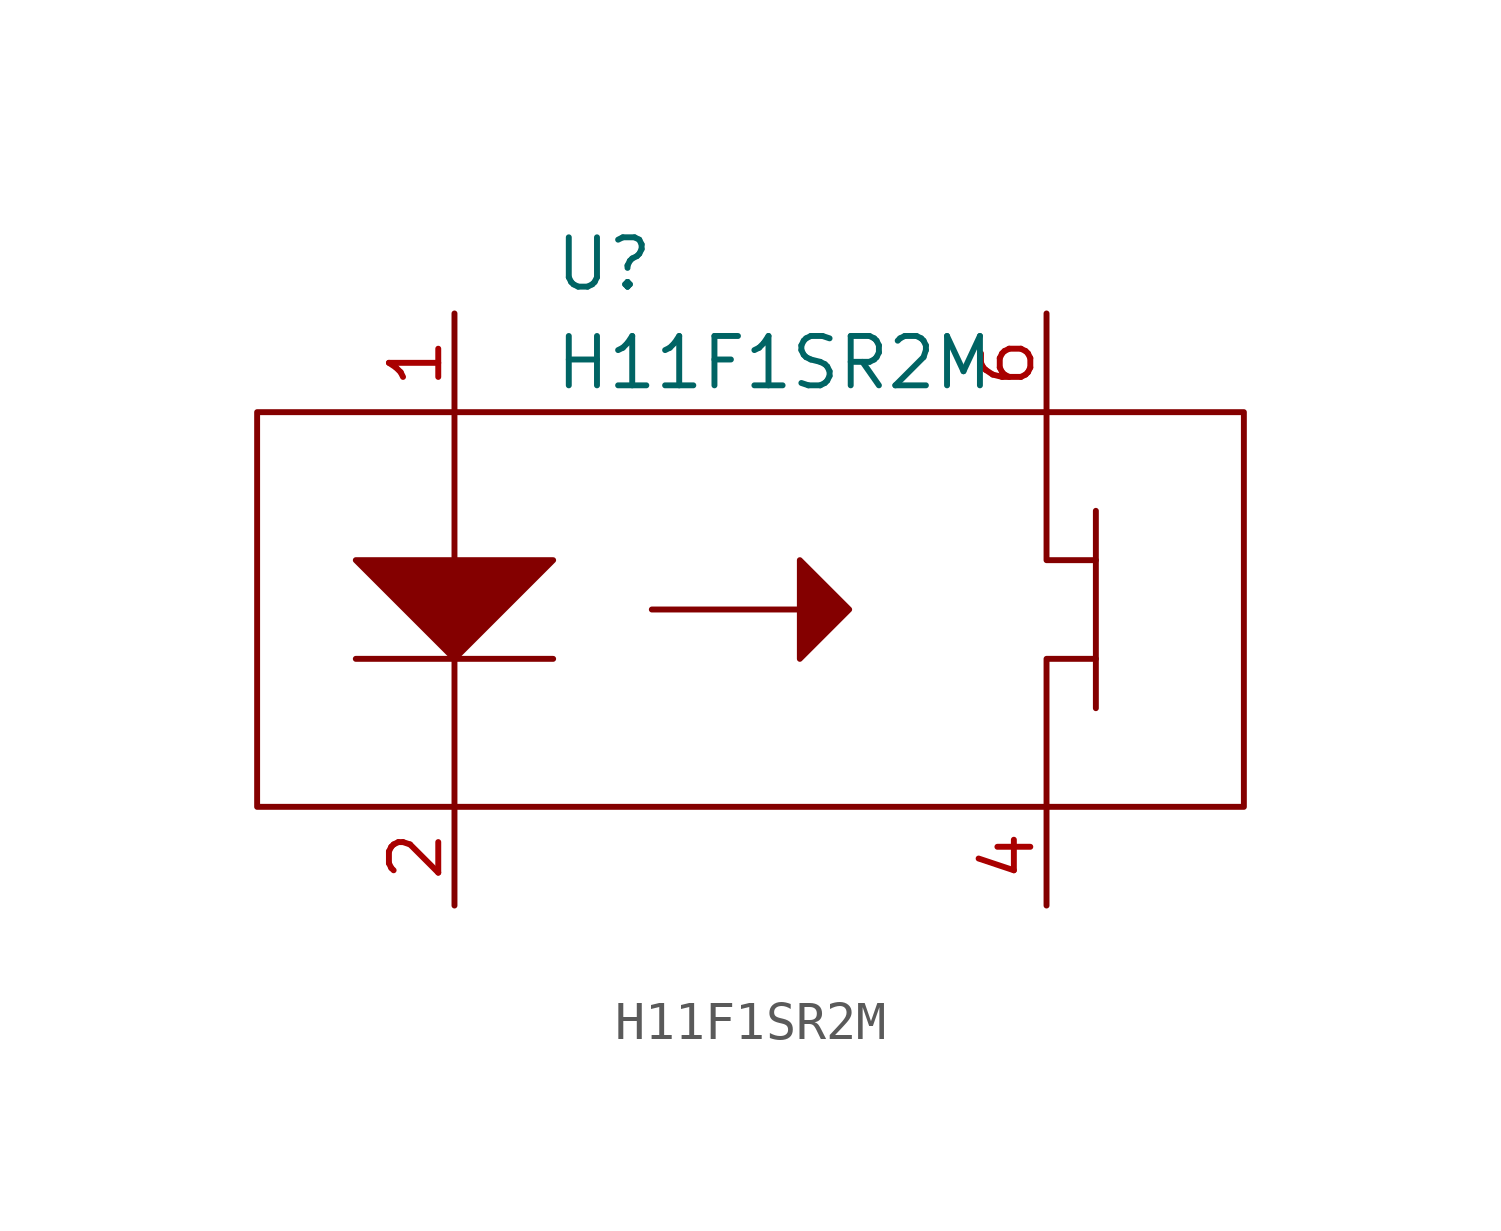
<source format=kicad_sym>
(kicad_symbol_lib
  (version 20211014)
  (generator kicad_symbol_editor)
  (symbol "H11F1SR2M"
    (pin_names hide)
    (property "Reference" "U"
      (at -5.08 8.89 0)
      (effects (font (size 1.27 1.27)) (justify left)))
    (property "Value" "H11F1SR2M"
      (at -5.08 6.35 0)
      (effects (font (size 1.27 1.27)) (justify left)))
    (symbol "H11F1SR2M_0_1"
      (rectangle (start -12.7 -5.08) (end 12.7 5.08) (stroke (width 0.152) (type default) (color 0 0 0 0)) (fill (type none)))
      (polyline (pts (xy -10.16 -1.27) (xy -5.08 -1.27)) (stroke (width 0.152) (type default) (color 0 0 0 0)) (fill (type none)))
      (polyline (pts (xy -7.62 -1.27) (xy -7.62 -5.08)) (stroke (width 0.152) (type default) (color 0 0 0 0)) (fill (type none)))
      (polyline (pts (xy -7.62 1.27) (xy -7.62 5.08)) (stroke (width 0.152) (type default) (color 0 0 0 0)) (fill (type none)))
      (polyline (pts (xy 8.89 -2.54) (xy 8.89 2.54)) (stroke (width 0.152) (type default) (color 0 0 0 0)) (fill (type none)))
      (polyline (pts (xy 7.62 -5.08) (xy 7.62 -1.27) (xy 8.89 -1.27)) (stroke (width 0.152) (type default) (color 0 0 0 0)) (fill (type none)))
      (polyline (pts (xy 7.62 5.08) (xy 7.62 1.27) (xy 8.89 1.27)) (stroke (width 0.152) (type default) (color 0 0 0 0)) (fill (type none)))
      (polyline (pts (xy -10.16 1.27) (xy -7.62 -1.27) (xy -5.08 1.27) (xy -10.16 1.27)) (stroke (width 0.152) (type default) (color 0 0 0 0)) (fill (type outline)))
      (polyline (pts (xy -2.54 0) (xy 2.54 0) (xy 1.27 -1.27) (xy 1.27 1.27) (xy 2.54 0)) (stroke (width 0.152) (type default) (color 0 0 0 0)) (fill (type outline))))
    (symbol "H11F1SR2M_1_1"
      (pin passive line (at -7.62 7.62 270) (length 2.54) (name "A" (effects (font (size 1.27 1.27)))) (number "1" (effects (font (size 1.27 1.27)))))
      (pin passive line (at -7.62 -7.62 90) (length 2.54) (name "K" (effects (font (size 1.27 1.27)))) (number "2" (effects (font (size 1.27 1.27)))))
      (pin passive line (at 7.62 -7.62 90) (length 2.54) (name "OUT" (effects (font (size 1.27 1.27)))) (number "4" (effects (font (size 1.27 1.27)))))
      (pin passive line (at 7.62 7.62 270) (length 2.54) (name "IN" (effects (font (size 1.27 1.27)))) (number "6" (effects (font (size 1.27 1.27))))))))
</source>
